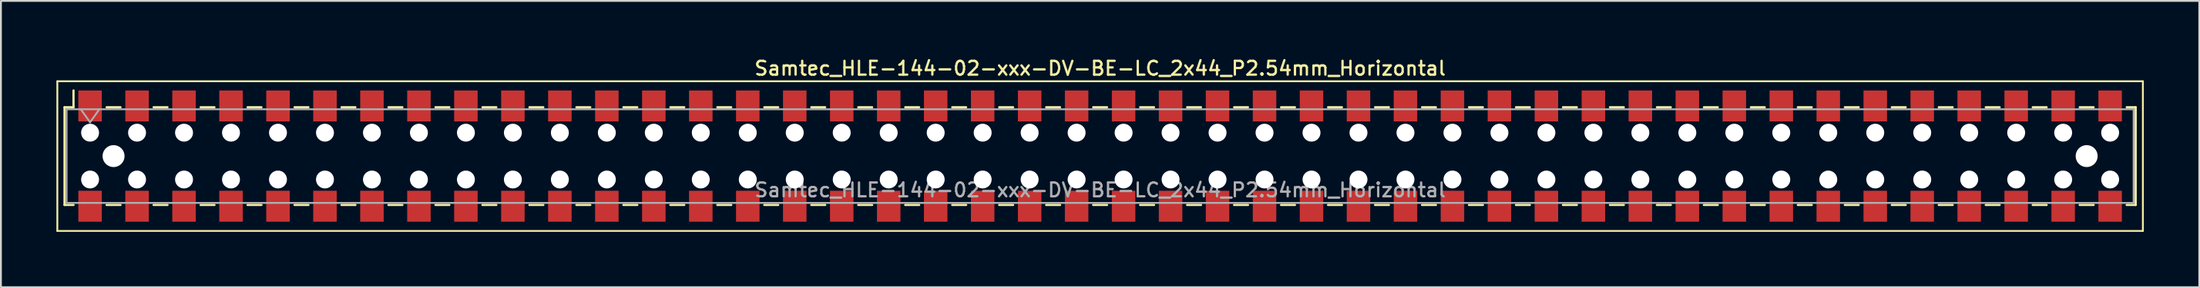
<source format=kicad_pcb>
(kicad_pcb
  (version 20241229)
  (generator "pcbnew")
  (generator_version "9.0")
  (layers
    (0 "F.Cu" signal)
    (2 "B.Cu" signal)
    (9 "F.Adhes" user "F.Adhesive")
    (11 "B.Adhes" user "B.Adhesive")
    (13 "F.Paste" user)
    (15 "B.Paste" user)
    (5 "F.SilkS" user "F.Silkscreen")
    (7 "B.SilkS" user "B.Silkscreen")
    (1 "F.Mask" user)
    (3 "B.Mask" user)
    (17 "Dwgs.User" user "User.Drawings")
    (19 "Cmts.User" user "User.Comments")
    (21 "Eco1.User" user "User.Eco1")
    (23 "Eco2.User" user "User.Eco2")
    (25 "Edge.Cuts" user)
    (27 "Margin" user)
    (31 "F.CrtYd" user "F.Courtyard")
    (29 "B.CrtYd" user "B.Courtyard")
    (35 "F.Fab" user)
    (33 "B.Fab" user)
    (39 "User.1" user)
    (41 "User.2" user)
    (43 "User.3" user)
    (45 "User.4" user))
  (footprint "Samtec_HLE-144-02-xxx-DV-BE-LC_2x44_P2.54mm_Horizontal"
    (layer "F.Cu")
    (at 56.43 5.418)
    (property "Reference" "Samtec_HLE-144-02-xxx-DV-BE-LC_2x44_P2.54mm_Horizontal" (at 0 -4.76 0) (layer "F.SilkS") (effects (font (size 0.75 0.75) (thickness 0.125))))
    (attr smd)
    (fp_line (start -56.38 -4.06) (end 56.38 -4.06) (stroke (width 0.1) (type solid)) (layer "F.SilkS"))
    (fp_line (start -56.38 4.06) (end -56.38 -4.06) (stroke (width 0.1) (type solid)) (layer "F.SilkS"))
    (fp_line (start -55.99 -2.65) (end -55.99 2.65) (stroke (width 0.12) (type solid)) (layer "F.SilkS"))
    (fp_line (start -55.99 2.65) (end -55.505 2.65) (stroke (width 0.12) (type solid)) (layer "F.SilkS"))
    (fp_line (start -55.505 -3.56) (end -55.505 -2.65) (stroke (width 0.12) (type solid)) (layer "F.SilkS"))
    (fp_line (start -55.505 -2.65) (end -55.99 -2.65) (stroke (width 0.12) (type solid)) (layer "F.SilkS"))
    (fp_line (start -53.715 -2.65) (end -52.965 -2.65) (stroke (width 0.12) (type solid)) (layer "F.SilkS"))
    (fp_line (start -53.715 2.65) (end -52.965 2.65) (stroke (width 0.12) (type solid)) (layer "F.SilkS"))
    (fp_line (start -51.175 -2.65) (end -50.425 -2.65) (stroke (width 0.12) (type solid)) (layer "F.SilkS"))
    (fp_line (start -51.175 2.65) (end -50.425 2.65) (stroke (width 0.12) (type solid)) (layer "F.SilkS"))
    (fp_line (start -48.635 -2.65) (end -47.885 -2.65) (stroke (width 0.12) (type solid)) (layer "F.SilkS"))
    (fp_line (start -48.635 2.65) (end -47.885 2.65) (stroke (width 0.12) (type solid)) (layer "F.SilkS"))
    (fp_line (start -46.095 -2.65) (end -45.345 -2.65) (stroke (width 0.12) (type solid)) (layer "F.SilkS"))
    (fp_line (start -46.095 2.65) (end -45.345 2.65) (stroke (width 0.12) (type solid)) (layer "F.SilkS"))
    (fp_line (start -43.555 -2.65) (end -42.805 -2.65) (stroke (width 0.12) (type solid)) (layer "F.SilkS"))
    (fp_line (start -43.555 2.65) (end -42.805 2.65) (stroke (width 0.12) (type solid)) (layer "F.SilkS"))
    (fp_line (start -41.015 -2.65) (end -40.265 -2.65) (stroke (width 0.12) (type solid)) (layer "F.SilkS"))
    (fp_line (start -41.015 2.65) (end -40.265 2.65) (stroke (width 0.12) (type solid)) (layer "F.SilkS"))
    (fp_line (start -38.475 -2.65) (end -37.725 -2.65) (stroke (width 0.12) (type solid)) (layer "F.SilkS"))
    (fp_line (start -38.475 2.65) (end -37.725 2.65) (stroke (width 0.12) (type solid)) (layer "F.SilkS"))
    (fp_line (start -35.935 -2.65) (end -35.185 -2.65) (stroke (width 0.12) (type solid)) (layer "F.SilkS"))
    (fp_line (start -35.935 2.65) (end -35.185 2.65) (stroke (width 0.12) (type solid)) (layer "F.SilkS"))
    (fp_line (start -33.395 -2.65) (end -32.645 -2.65) (stroke (width 0.12) (type solid)) (layer "F.SilkS"))
    (fp_line (start -33.395 2.65) (end -32.645 2.65) (stroke (width 0.12) (type solid)) (layer "F.SilkS"))
    (fp_line (start -30.855 -2.65) (end -30.105 -2.65) (stroke (width 0.12) (type solid)) (layer "F.SilkS"))
    (fp_line (start -30.855 2.65) (end -30.105 2.65) (stroke (width 0.12) (type solid)) (layer "F.SilkS"))
    (fp_line (start -28.315 -2.65) (end -27.565 -2.65) (stroke (width 0.12) (type solid)) (layer "F.SilkS"))
    (fp_line (start -28.315 2.65) (end -27.565 2.65) (stroke (width 0.12) (type solid)) (layer "F.SilkS"))
    (fp_line (start -25.775 -2.65) (end -25.025 -2.65) (stroke (width 0.12) (type solid)) (layer "F.SilkS"))
    (fp_line (start -25.775 2.65) (end -25.025 2.65) (stroke (width 0.12) (type solid)) (layer "F.SilkS"))
    (fp_line (start -23.235 -2.65) (end -22.485 -2.65) (stroke (width 0.12) (type solid)) (layer "F.SilkS"))
    (fp_line (start -23.235 2.65) (end -22.485 2.65) (stroke (width 0.12) (type solid)) (layer "F.SilkS"))
    (fp_line (start -20.695 -2.65) (end -19.945 -2.65) (stroke (width 0.12) (type solid)) (layer "F.SilkS"))
    (fp_line (start -20.695 2.65) (end -19.945 2.65) (stroke (width 0.12) (type solid)) (layer "F.SilkS"))
    (fp_line (start -18.155 -2.65) (end -17.405 -2.65) (stroke (width 0.12) (type solid)) (layer "F.SilkS"))
    (fp_line (start -18.155 2.65) (end -17.405 2.65) (stroke (width 0.12) (type solid)) (layer "F.SilkS"))
    (fp_line (start -15.615 -2.65) (end -14.865 -2.65) (stroke (width 0.12) (type solid)) (layer "F.SilkS"))
    (fp_line (start -15.615 2.65) (end -14.865 2.65) (stroke (width 0.12) (type solid)) (layer "F.SilkS"))
    (fp_line (start -13.075 -2.65) (end -12.325 -2.65) (stroke (width 0.12) (type solid)) (layer "F.SilkS"))
    (fp_line (start -13.075 2.65) (end -12.325 2.65) (stroke (width 0.12) (type solid)) (layer "F.SilkS"))
    (fp_line (start -10.535 -2.65) (end -9.785 -2.65) (stroke (width 0.12) (type solid)) (layer "F.SilkS"))
    (fp_line (start -10.535 2.65) (end -9.785 2.65) (stroke (width 0.12) (type solid)) (layer "F.SilkS"))
    (fp_line (start -7.995 -2.65) (end -7.245 -2.65) (stroke (width 0.12) (type solid)) (layer "F.SilkS"))
    (fp_line (start -7.995 2.65) (end -7.245 2.65) (stroke (width 0.12) (type solid)) (layer "F.SilkS"))
    (fp_line (start -5.455 -2.65) (end -4.705 -2.65) (stroke (width 0.12) (type solid)) (layer "F.SilkS"))
    (fp_line (start -5.455 2.65) (end -4.705 2.65) (stroke (width 0.12) (type solid)) (layer "F.SilkS"))
    (fp_line (start -2.915 -2.65) (end -2.165 -2.65) (stroke (width 0.12) (type solid)) (layer "F.SilkS"))
    (fp_line (start -2.915 2.65) (end -2.165 2.65) (stroke (width 0.12) (type solid)) (layer "F.SilkS"))
    (fp_line (start -0.375 -2.65) (end 0.375 -2.65) (stroke (width 0.12) (type solid)) (layer "F.SilkS"))
    (fp_line (start -0.375 2.65) (end 0.375 2.65) (stroke (width 0.12) (type solid)) (layer "F.SilkS"))
    (fp_line (start 2.165 -2.65) (end 2.915 -2.65) (stroke (width 0.12) (type solid)) (layer "F.SilkS"))
    (fp_line (start 2.165 2.65) (end 2.915 2.65) (stroke (width 0.12) (type solid)) (layer "F.SilkS"))
    (fp_line (start 4.705 -2.65) (end 5.455 -2.65) (stroke (width 0.12) (type solid)) (layer "F.SilkS"))
    (fp_line (start 4.705 2.65) (end 5.455 2.65) (stroke (width 0.12) (type solid)) (layer "F.SilkS"))
    (fp_line (start 7.245 -2.65) (end 7.995 -2.65) (stroke (width 0.12) (type solid)) (layer "F.SilkS"))
    (fp_line (start 7.245 2.65) (end 7.995 2.65) (stroke (width 0.12) (type solid)) (layer "F.SilkS"))
    (fp_line (start 9.785 -2.65) (end 10.535 -2.65) (stroke (width 0.12) (type solid)) (layer "F.SilkS"))
    (fp_line (start 9.785 2.65) (end 10.535 2.65) (stroke (width 0.12) (type solid)) (layer "F.SilkS"))
    (fp_line (start 12.325 -2.65) (end 13.075 -2.65) (stroke (width 0.12) (type solid)) (layer "F.SilkS"))
    (fp_line (start 12.325 2.65) (end 13.075 2.65) (stroke (width 0.12) (type solid)) (layer "F.SilkS"))
    (fp_line (start 14.865 -2.65) (end 15.615 -2.65) (stroke (width 0.12) (type solid)) (layer "F.SilkS"))
    (fp_line (start 14.865 2.65) (end 15.615 2.65) (stroke (width 0.12) (type solid)) (layer "F.SilkS"))
    (fp_line (start 17.405 -2.65) (end 18.155 -2.65) (stroke (width 0.12) (type solid)) (layer "F.SilkS"))
    (fp_line (start 17.405 2.65) (end 18.155 2.65) (stroke (width 0.12) (type solid)) (layer "F.SilkS"))
    (fp_line (start 19.945 -2.65) (end 20.695 -2.65) (stroke (width 0.12) (type solid)) (layer "F.SilkS"))
    (fp_line (start 19.945 2.65) (end 20.695 2.65) (stroke (width 0.12) (type solid)) (layer "F.SilkS"))
    (fp_line (start 22.485 -2.65) (end 23.235 -2.65) (stroke (width 0.12) (type solid)) (layer "F.SilkS"))
    (fp_line (start 22.485 2.65) (end 23.235 2.65) (stroke (width 0.12) (type solid)) (layer "F.SilkS"))
    (fp_line (start 25.025 -2.65) (end 25.775 -2.65) (stroke (width 0.12) (type solid)) (layer "F.SilkS"))
    (fp_line (start 25.025 2.65) (end 25.775 2.65) (stroke (width 0.12) (type solid)) (layer "F.SilkS"))
    (fp_line (start 27.565 -2.65) (end 28.315 -2.65) (stroke (width 0.12) (type solid)) (layer "F.SilkS"))
    (fp_line (start 27.565 2.65) (end 28.315 2.65) (stroke (width 0.12) (type solid)) (layer "F.SilkS"))
    (fp_line (start 30.105 -2.65) (end 30.855 -2.65) (stroke (width 0.12) (type solid)) (layer "F.SilkS"))
    (fp_line (start 30.105 2.65) (end 30.855 2.65) (stroke (width 0.12) (type solid)) (layer "F.SilkS"))
    (fp_line (start 32.645 -2.65) (end 33.395 -2.65) (stroke (width 0.12) (type solid)) (layer "F.SilkS"))
    (fp_line (start 32.645 2.65) (end 33.395 2.65) (stroke (width 0.12) (type solid)) (layer "F.SilkS"))
    (fp_line (start 35.185 -2.65) (end 35.935 -2.65) (stroke (width 0.12) (type solid)) (layer "F.SilkS"))
    (fp_line (start 35.185 2.65) (end 35.935 2.65) (stroke (width 0.12) (type solid)) (layer "F.SilkS"))
    (fp_line (start 37.725 -2.65) (end 38.475 -2.65) (stroke (width 0.12) (type solid)) (layer "F.SilkS"))
    (fp_line (start 37.725 2.65) (end 38.475 2.65) (stroke (width 0.12) (type solid)) (layer "F.SilkS"))
    (fp_line (start 40.265 -2.65) (end 41.015 -2.65) (stroke (width 0.12) (type solid)) (layer "F.SilkS"))
    (fp_line (start 40.265 2.65) (end 41.015 2.65) (stroke (width 0.12) (type solid)) (layer "F.SilkS"))
    (fp_line (start 42.805 -2.65) (end 43.555 -2.65) (stroke (width 0.12) (type solid)) (layer "F.SilkS"))
    (fp_line (start 42.805 2.65) (end 43.555 2.65) (stroke (width 0.12) (type solid)) (layer "F.SilkS"))
    (fp_line (start 45.345 -2.65) (end 46.095 -2.65) (stroke (width 0.12) (type solid)) (layer "F.SilkS"))
    (fp_line (start 45.345 2.65) (end 46.095 2.65) (stroke (width 0.12) (type solid)) (layer "F.SilkS"))
    (fp_line (start 47.885 -2.65) (end 48.635 -2.65) (stroke (width 0.12) (type solid)) (layer "F.SilkS"))
    (fp_line (start 47.885 2.65) (end 48.635 2.65) (stroke (width 0.12) (type solid)) (layer "F.SilkS"))
    (fp_line (start 50.425 -2.65) (end 51.175 -2.65) (stroke (width 0.12) (type solid)) (layer "F.SilkS"))
    (fp_line (start 50.425 2.65) (end 51.175 2.65) (stroke (width 0.12) (type solid)) (layer "F.SilkS"))
    (fp_line (start 52.965 -2.65) (end 53.715 -2.65) (stroke (width 0.12) (type solid)) (layer "F.SilkS"))
    (fp_line (start 52.965 2.65) (end 53.715 2.65) (stroke (width 0.12) (type solid)) (layer "F.SilkS"))
    (fp_line (start 55.505 -2.65) (end 55.99 -2.65) (stroke (width 0.12) (type solid)) (layer "F.SilkS"))
    (fp_line (start 55.99 -2.65) (end 55.99 2.65) (stroke (width 0.12) (type solid)) (layer "F.SilkS"))
    (fp_line (start 55.99 2.65) (end 55.505 2.65) (stroke (width 0.12) (type solid)) (layer "F.SilkS"))
    (fp_line (start 56.38 -4.06) (end 56.38 4.06) (stroke (width 0.1) (type solid)) (layer "F.SilkS"))
    (fp_line (start 56.38 4.06) (end -56.38 4.06) (stroke (width 0.1) (type solid)) (layer "F.SilkS"))
    (fp_line (start -55.88 -2.54) (end 55.88 -2.54) (stroke (width 0.1) (type solid)) (layer "F.Fab"))
    (fp_line (start -55.88 2.54) (end -55.88 -2.54) (stroke (width 0.1) (type solid)) (layer "F.Fab"))
    (fp_line (start -55.11 -2.54) (end -54.61 -1.833) (stroke (width 0.1) (type solid)) (layer "F.Fab"))
    (fp_line (start -54.61 -1.833) (end -54.11 -2.54) (stroke (width 0.1) (type solid)) (layer "F.Fab"))
    (fp_line (start 55.88 -2.54) (end 55.88 2.54) (stroke (width 0.1) (type solid)) (layer "F.Fab"))
    (fp_line (start 55.88 2.54) (end -55.88 2.54) (stroke (width 0.1) (type solid)) (layer "F.Fab"))
    (fp_text user "${REFERENCE}" (at 0 1.84 0) (layer "F.Fab") (effects (font (size 0.75 0.75) (thickness 0.125))))
    (pad "" np_thru_hole circle (at -54.61 -1.27) (size 0.97 0.97) (drill 0.97) (layers "*.Cu" "*.Mask"))
    (pad "" np_thru_hole circle (at -54.61 1.27) (size 0.97 0.97) (drill 0.97) (layers "*.Cu" "*.Mask"))
    (pad "" np_thru_hole circle (at -53.34 0) (size 1.19 1.19) (drill 1.19) (layers "*.Cu" "*.Mask"))
    (pad "" np_thru_hole circle (at -52.07 -1.27) (size 0.97 0.97) (drill 0.97) (layers "*.Cu" "*.Mask"))
    (pad "" np_thru_hole circle (at -52.07 1.27) (size 0.97 0.97) (drill 0.97) (layers "*.Cu" "*.Mask"))
    (pad "" np_thru_hole circle (at -49.53 -1.27) (size 0.97 0.97) (drill 0.97) (layers "*.Cu" "*.Mask"))
    (pad "" np_thru_hole circle (at -49.53 1.27) (size 0.97 0.97) (drill 0.97) (layers "*.Cu" "*.Mask"))
    (pad "" np_thru_hole circle (at -46.99 -1.27) (size 0.97 0.97) (drill 0.97) (layers "*.Cu" "*.Mask"))
    (pad "" np_thru_hole circle (at -46.99 1.27) (size 0.97 0.97) (drill 0.97) (layers "*.Cu" "*.Mask"))
    (pad "" np_thru_hole circle (at -44.45 -1.27) (size 0.97 0.97) (drill 0.97) (layers "*.Cu" "*.Mask"))
    (pad "" np_thru_hole circle (at -44.45 1.27) (size 0.97 0.97) (drill 0.97) (layers "*.Cu" "*.Mask"))
    (pad "" np_thru_hole circle (at -41.91 -1.27) (size 0.97 0.97) (drill 0.97) (layers "*.Cu" "*.Mask"))
    (pad "" np_thru_hole circle (at -41.91 1.27) (size 0.97 0.97) (drill 0.97) (layers "*.Cu" "*.Mask"))
    (pad "" np_thru_hole circle (at -39.37 -1.27) (size 0.97 0.97) (drill 0.97) (layers "*.Cu" "*.Mask"))
    (pad "" np_thru_hole circle (at -39.37 1.27) (size 0.97 0.97) (drill 0.97) (layers "*.Cu" "*.Mask"))
    (pad "" np_thru_hole circle (at -36.83 -1.27) (size 0.97 0.97) (drill 0.97) (layers "*.Cu" "*.Mask"))
    (pad "" np_thru_hole circle (at -36.83 1.27) (size 0.97 0.97) (drill 0.97) (layers "*.Cu" "*.Mask"))
    (pad "" np_thru_hole circle (at -34.29 -1.27) (size 0.97 0.97) (drill 0.97) (layers "*.Cu" "*.Mask"))
    (pad "" np_thru_hole circle (at -34.29 1.27) (size 0.97 0.97) (drill 0.97) (layers "*.Cu" "*.Mask"))
    (pad "" np_thru_hole circle (at -31.75 -1.27) (size 0.97 0.97) (drill 0.97) (layers "*.Cu" "*.Mask"))
    (pad "" np_thru_hole circle (at -31.75 1.27) (size 0.97 0.97) (drill 0.97) (layers "*.Cu" "*.Mask"))
    (pad "" np_thru_hole circle (at -29.21 -1.27) (size 0.97 0.97) (drill 0.97) (layers "*.Cu" "*.Mask"))
    (pad "" np_thru_hole circle (at -29.21 1.27) (size 0.97 0.97) (drill 0.97) (layers "*.Cu" "*.Mask"))
    (pad "" np_thru_hole circle (at -26.67 -1.27) (size 0.97 0.97) (drill 0.97) (layers "*.Cu" "*.Mask"))
    (pad "" np_thru_hole circle (at -26.67 1.27) (size 0.97 0.97) (drill 0.97) (layers "*.Cu" "*.Mask"))
    (pad "" np_thru_hole circle (at -24.13 -1.27) (size 0.97 0.97) (drill 0.97) (layers "*.Cu" "*.Mask"))
    (pad "" np_thru_hole circle (at -24.13 1.27) (size 0.97 0.97) (drill 0.97) (layers "*.Cu" "*.Mask"))
    (pad "" np_thru_hole circle (at -21.59 -1.27) (size 0.97 0.97) (drill 0.97) (layers "*.Cu" "*.Mask"))
    (pad "" np_thru_hole circle (at -21.59 1.27) (size 0.97 0.97) (drill 0.97) (layers "*.Cu" "*.Mask"))
    (pad "" np_thru_hole circle (at -19.05 -1.27) (size 0.97 0.97) (drill 0.97) (layers "*.Cu" "*.Mask"))
    (pad "" np_thru_hole circle (at -19.05 1.27) (size 0.97 0.97) (drill 0.97) (layers "*.Cu" "*.Mask"))
    (pad "" np_thru_hole circle (at -16.51 -1.27) (size 0.97 0.97) (drill 0.97) (layers "*.Cu" "*.Mask"))
    (pad "" np_thru_hole circle (at -16.51 1.27) (size 0.97 0.97) (drill 0.97) (layers "*.Cu" "*.Mask"))
    (pad "" np_thru_hole circle (at -13.97 -1.27) (size 0.97 0.97) (drill 0.97) (layers "*.Cu" "*.Mask"))
    (pad "" np_thru_hole circle (at -13.97 1.27) (size 0.97 0.97) (drill 0.97) (layers "*.Cu" "*.Mask"))
    (pad "" np_thru_hole circle (at -11.43 -1.27) (size 0.97 0.97) (drill 0.97) (layers "*.Cu" "*.Mask"))
    (pad "" np_thru_hole circle (at -11.43 1.27) (size 0.97 0.97) (drill 0.97) (layers "*.Cu" "*.Mask"))
    (pad "" np_thru_hole circle (at -8.89 -1.27) (size 0.97 0.97) (drill 0.97) (layers "*.Cu" "*.Mask"))
    (pad "" np_thru_hole circle (at -8.89 1.27) (size 0.97 0.97) (drill 0.97) (layers "*.Cu" "*.Mask"))
    (pad "" np_thru_hole circle (at -6.35 -1.27) (size 0.97 0.97) (drill 0.97) (layers "*.Cu" "*.Mask"))
    (pad "" np_thru_hole circle (at -6.35 1.27) (size 0.97 0.97) (drill 0.97) (layers "*.Cu" "*.Mask"))
    (pad "" np_thru_hole circle (at -3.81 -1.27) (size 0.97 0.97) (drill 0.97) (layers "*.Cu" "*.Mask"))
    (pad "" np_thru_hole circle (at -3.81 1.27) (size 0.97 0.97) (drill 0.97) (layers "*.Cu" "*.Mask"))
    (pad "" np_thru_hole circle (at -1.27 -1.27) (size 0.97 0.97) (drill 0.97) (layers "*.Cu" "*.Mask"))
    (pad "" np_thru_hole circle (at -1.27 1.27) (size 0.97 0.97) (drill 0.97) (layers "*.Cu" "*.Mask"))
    (pad "" np_thru_hole circle (at 1.27 -1.27) (size 0.97 0.97) (drill 0.97) (layers "*.Cu" "*.Mask"))
    (pad "" np_thru_hole circle (at 1.27 1.27) (size 0.97 0.97) (drill 0.97) (layers "*.Cu" "*.Mask"))
    (pad "" np_thru_hole circle (at 3.81 -1.27) (size 0.97 0.97) (drill 0.97) (layers "*.Cu" "*.Mask"))
    (pad "" np_thru_hole circle (at 3.81 1.27) (size 0.97 0.97) (drill 0.97) (layers "*.Cu" "*.Mask"))
    (pad "" np_thru_hole circle (at 6.35 -1.27) (size 0.97 0.97) (drill 0.97) (layers "*.Cu" "*.Mask"))
    (pad "" np_thru_hole circle (at 6.35 1.27) (size 0.97 0.97) (drill 0.97) (layers "*.Cu" "*.Mask"))
    (pad "" np_thru_hole circle (at 8.89 -1.27) (size 0.97 0.97) (drill 0.97) (layers "*.Cu" "*.Mask"))
    (pad "" np_thru_hole circle (at 8.89 1.27) (size 0.97 0.97) (drill 0.97) (layers "*.Cu" "*.Mask"))
    (pad "" np_thru_hole circle (at 11.43 -1.27) (size 0.97 0.97) (drill 0.97) (layers "*.Cu" "*.Mask"))
    (pad "" np_thru_hole circle (at 11.43 1.27) (size 0.97 0.97) (drill 0.97) (layers "*.Cu" "*.Mask"))
    (pad "" np_thru_hole circle (at 13.97 -1.27) (size 0.97 0.97) (drill 0.97) (layers "*.Cu" "*.Mask"))
    (pad "" np_thru_hole circle (at 13.97 1.27) (size 0.97 0.97) (drill 0.97) (layers "*.Cu" "*.Mask"))
    (pad "" np_thru_hole circle (at 16.51 -1.27) (size 0.97 0.97) (drill 0.97) (layers "*.Cu" "*.Mask"))
    (pad "" np_thru_hole circle (at 16.51 1.27) (size 0.97 0.97) (drill 0.97) (layers "*.Cu" "*.Mask"))
    (pad "" np_thru_hole circle (at 19.05 -1.27) (size 0.97 0.97) (drill 0.97) (layers "*.Cu" "*.Mask"))
    (pad "" np_thru_hole circle (at 19.05 1.27) (size 0.97 0.97) (drill 0.97) (layers "*.Cu" "*.Mask"))
    (pad "" np_thru_hole circle (at 21.59 -1.27) (size 0.97 0.97) (drill 0.97) (layers "*.Cu" "*.Mask"))
    (pad "" np_thru_hole circle (at 21.59 1.27) (size 0.97 0.97) (drill 0.97) (layers "*.Cu" "*.Mask"))
    (pad "" np_thru_hole circle (at 24.13 -1.27) (size 0.97 0.97) (drill 0.97) (layers "*.Cu" "*.Mask"))
    (pad "" np_thru_hole circle (at 24.13 1.27) (size 0.97 0.97) (drill 0.97) (layers "*.Cu" "*.Mask"))
    (pad "" np_thru_hole circle (at 26.67 -1.27) (size 0.97 0.97) (drill 0.97) (layers "*.Cu" "*.Mask"))
    (pad "" np_thru_hole circle (at 26.67 1.27) (size 0.97 0.97) (drill 0.97) (layers "*.Cu" "*.Mask"))
    (pad "" np_thru_hole circle (at 29.21 -1.27) (size 0.97 0.97) (drill 0.97) (layers "*.Cu" "*.Mask"))
    (pad "" np_thru_hole circle (at 29.21 1.27) (size 0.97 0.97) (drill 0.97) (layers "*.Cu" "*.Mask"))
    (pad "" np_thru_hole circle (at 31.75 -1.27) (size 0.97 0.97) (drill 0.97) (layers "*.Cu" "*.Mask"))
    (pad "" np_thru_hole circle (at 31.75 1.27) (size 0.97 0.97) (drill 0.97) (layers "*.Cu" "*.Mask"))
    (pad "" np_thru_hole circle (at 34.29 -1.27) (size 0.97 0.97) (drill 0.97) (layers "*.Cu" "*.Mask"))
    (pad "" np_thru_hole circle (at 34.29 1.27) (size 0.97 0.97) (drill 0.97) (layers "*.Cu" "*.Mask"))
    (pad "" np_thru_hole circle (at 36.83 -1.27) (size 0.97 0.97) (drill 0.97) (layers "*.Cu" "*.Mask"))
    (pad "" np_thru_hole circle (at 36.83 1.27) (size 0.97 0.97) (drill 0.97) (layers "*.Cu" "*.Mask"))
    (pad "" np_thru_hole circle (at 39.37 -1.27) (size 0.97 0.97) (drill 0.97) (layers "*.Cu" "*.Mask"))
    (pad "" np_thru_hole circle (at 39.37 1.27) (size 0.97 0.97) (drill 0.97) (layers "*.Cu" "*.Mask"))
    (pad "" np_thru_hole circle (at 41.91 -1.27) (size 0.97 0.97) (drill 0.97) (layers "*.Cu" "*.Mask"))
    (pad "" np_thru_hole circle (at 41.91 1.27) (size 0.97 0.97) (drill 0.97) (layers "*.Cu" "*.Mask"))
    (pad "" np_thru_hole circle (at 44.45 -1.27) (size 0.97 0.97) (drill 0.97) (layers "*.Cu" "*.Mask"))
    (pad "" np_thru_hole circle (at 44.45 1.27) (size 0.97 0.97) (drill 0.97) (layers "*.Cu" "*.Mask"))
    (pad "" np_thru_hole circle (at 46.99 -1.27) (size 0.97 0.97) (drill 0.97) (layers "*.Cu" "*.Mask"))
    (pad "" np_thru_hole circle (at 46.99 1.27) (size 0.97 0.97) (drill 0.97) (layers "*.Cu" "*.Mask"))
    (pad "" np_thru_hole circle (at 49.53 -1.27) (size 0.97 0.97) (drill 0.97) (layers "*.Cu" "*.Mask"))
    (pad "" np_thru_hole circle (at 49.53 1.27) (size 0.97 0.97) (drill 0.97) (layers "*.Cu" "*.Mask"))
    (pad "" np_thru_hole circle (at 52.07 -1.27) (size 0.97 0.97) (drill 0.97) (layers "*.Cu" "*.Mask"))
    (pad "" np_thru_hole circle (at 52.07 1.27) (size 0.97 0.97) (drill 0.97) (layers "*.Cu" "*.Mask"))
    (pad "" np_thru_hole circle (at 53.34 0) (size 1.19 1.19) (drill 1.19) (layers "*.Cu" "*.Mask"))
    (pad "" np_thru_hole circle (at 54.61 -1.27) (size 0.97 0.97) (drill 0.97) (layers "*.Cu" "*.Mask"))
    (pad "" np_thru_hole circle (at 54.61 1.27) (size 0.97 0.97) (drill 0.97) (layers "*.Cu" "*.Mask"))
    (pad "1" smd rect (at -54.61 -2.72) (size 1.27 1.68) (layers "F.Cu" "F.Mask" "F.Paste"))
    (pad "2" smd rect (at -54.61 2.72) (size 1.27 1.68) (layers "F.Cu" "F.Mask" "F.Paste"))
    (pad "3" smd rect (at -52.07 -2.72) (size 1.27 1.68) (layers "F.Cu" "F.Mask" "F.Paste"))
    (pad "4" smd rect (at -52.07 2.72) (size 1.27 1.68) (layers "F.Cu" "F.Mask" "F.Paste"))
    (pad "5" smd rect (at -49.53 -2.72) (size 1.27 1.68) (layers "F.Cu" "F.Mask" "F.Paste"))
    (pad "6" smd rect (at -49.53 2.72) (size 1.27 1.68) (layers "F.Cu" "F.Mask" "F.Paste"))
    (pad "7" smd rect (at -46.99 -2.72) (size 1.27 1.68) (layers "F.Cu" "F.Mask" "F.Paste"))
    (pad "8" smd rect (at -46.99 2.72) (size 1.27 1.68) (layers "F.Cu" "F.Mask" "F.Paste"))
    (pad "9" smd rect (at -44.45 -2.72) (size 1.27 1.68) (layers "F.Cu" "F.Mask" "F.Paste"))
    (pad "10" smd rect (at -44.45 2.72) (size 1.27 1.68) (layers "F.Cu" "F.Mask" "F.Paste"))
    (pad "11" smd rect (at -41.91 -2.72) (size 1.27 1.68) (layers "F.Cu" "F.Mask" "F.Paste"))
    (pad "12" smd rect (at -41.91 2.72) (size 1.27 1.68) (layers "F.Cu" "F.Mask" "F.Paste"))
    (pad "13" smd rect (at -39.37 -2.72) (size 1.27 1.68) (layers "F.Cu" "F.Mask" "F.Paste"))
    (pad "14" smd rect (at -39.37 2.72) (size 1.27 1.68) (layers "F.Cu" "F.Mask" "F.Paste"))
    (pad "15" smd rect (at -36.83 -2.72) (size 1.27 1.68) (layers "F.Cu" "F.Mask" "F.Paste"))
    (pad "16" smd rect (at -36.83 2.72) (size 1.27 1.68) (layers "F.Cu" "F.Mask" "F.Paste"))
    (pad "17" smd rect (at -34.29 -2.72) (size 1.27 1.68) (layers "F.Cu" "F.Mask" "F.Paste"))
    (pad "18" smd rect (at -34.29 2.72) (size 1.27 1.68) (layers "F.Cu" "F.Mask" "F.Paste"))
    (pad "19" smd rect (at -31.75 -2.72) (size 1.27 1.68) (layers "F.Cu" "F.Mask" "F.Paste"))
    (pad "20" smd rect (at -31.75 2.72) (size 1.27 1.68) (layers "F.Cu" "F.Mask" "F.Paste"))
    (pad "21" smd rect (at -29.21 -2.72) (size 1.27 1.68) (layers "F.Cu" "F.Mask" "F.Paste"))
    (pad "22" smd rect (at -29.21 2.72) (size 1.27 1.68) (layers "F.Cu" "F.Mask" "F.Paste"))
    (pad "23" smd rect (at -26.67 -2.72) (size 1.27 1.68) (layers "F.Cu" "F.Mask" "F.Paste"))
    (pad "24" smd rect (at -26.67 2.72) (size 1.27 1.68) (layers "F.Cu" "F.Mask" "F.Paste"))
    (pad "25" smd rect (at -24.13 -2.72) (size 1.27 1.68) (layers "F.Cu" "F.Mask" "F.Paste"))
    (pad "26" smd rect (at -24.13 2.72) (size 1.27 1.68) (layers "F.Cu" "F.Mask" "F.Paste"))
    (pad "27" smd rect (at -21.59 -2.72) (size 1.27 1.68) (layers "F.Cu" "F.Mask" "F.Paste"))
    (pad "28" smd rect (at -21.59 2.72) (size 1.27 1.68) (layers "F.Cu" "F.Mask" "F.Paste"))
    (pad "29" smd rect (at -19.05 -2.72) (size 1.27 1.68) (layers "F.Cu" "F.Mask" "F.Paste"))
    (pad "30" smd rect (at -19.05 2.72) (size 1.27 1.68) (layers "F.Cu" "F.Mask" "F.Paste"))
    (pad "31" smd rect (at -16.51 -2.72) (size 1.27 1.68) (layers "F.Cu" "F.Mask" "F.Paste"))
    (pad "32" smd rect (at -16.51 2.72) (size 1.27 1.68) (layers "F.Cu" "F.Mask" "F.Paste"))
    (pad "33" smd rect (at -13.97 -2.72) (size 1.27 1.68) (layers "F.Cu" "F.Mask" "F.Paste"))
    (pad "34" smd rect (at -13.97 2.72) (size 1.27 1.68) (layers "F.Cu" "F.Mask" "F.Paste"))
    (pad "35" smd rect (at -11.43 -2.72) (size 1.27 1.68) (layers "F.Cu" "F.Mask" "F.Paste"))
    (pad "36" smd rect (at -11.43 2.72) (size 1.27 1.68) (layers "F.Cu" "F.Mask" "F.Paste"))
    (pad "37" smd rect (at -8.89 -2.72) (size 1.27 1.68) (layers "F.Cu" "F.Mask" "F.Paste"))
    (pad "38" smd rect (at -8.89 2.72) (size 1.27 1.68) (layers "F.Cu" "F.Mask" "F.Paste"))
    (pad "39" smd rect (at -6.35 -2.72) (size 1.27 1.68) (layers "F.Cu" "F.Mask" "F.Paste"))
    (pad "40" smd rect (at -6.35 2.72) (size 1.27 1.68) (layers "F.Cu" "F.Mask" "F.Paste"))
    (pad "41" smd rect (at -3.81 -2.72) (size 1.27 1.68) (layers "F.Cu" "F.Mask" "F.Paste"))
    (pad "42" smd rect (at -3.81 2.72) (size 1.27 1.68) (layers "F.Cu" "F.Mask" "F.Paste"))
    (pad "43" smd rect (at -1.27 -2.72) (size 1.27 1.68) (layers "F.Cu" "F.Mask" "F.Paste"))
    (pad "44" smd rect (at -1.27 2.72) (size 1.27 1.68) (layers "F.Cu" "F.Mask" "F.Paste"))
    (pad "45" smd rect (at 1.27 -2.72) (size 1.27 1.68) (layers "F.Cu" "F.Mask" "F.Paste"))
    (pad "46" smd rect (at 1.27 2.72) (size 1.27 1.68) (layers "F.Cu" "F.Mask" "F.Paste"))
    (pad "47" smd rect (at 3.81 -2.72) (size 1.27 1.68) (layers "F.Cu" "F.Mask" "F.Paste"))
    (pad "48" smd rect (at 3.81 2.72) (size 1.27 1.68) (layers "F.Cu" "F.Mask" "F.Paste"))
    (pad "49" smd rect (at 6.35 -2.72) (size 1.27 1.68) (layers "F.Cu" "F.Mask" "F.Paste"))
    (pad "50" smd rect (at 6.35 2.72) (size 1.27 1.68) (layers "F.Cu" "F.Mask" "F.Paste"))
    (pad "51" smd rect (at 8.89 -2.72) (size 1.27 1.68) (layers "F.Cu" "F.Mask" "F.Paste"))
    (pad "52" smd rect (at 8.89 2.72) (size 1.27 1.68) (layers "F.Cu" "F.Mask" "F.Paste"))
    (pad "53" smd rect (at 11.43 -2.72) (size 1.27 1.68) (layers "F.Cu" "F.Mask" "F.Paste"))
    (pad "54" smd rect (at 11.43 2.72) (size 1.27 1.68) (layers "F.Cu" "F.Mask" "F.Paste"))
    (pad "55" smd rect (at 13.97 -2.72) (size 1.27 1.68) (layers "F.Cu" "F.Mask" "F.Paste"))
    (pad "56" smd rect (at 13.97 2.72) (size 1.27 1.68) (layers "F.Cu" "F.Mask" "F.Paste"))
    (pad "57" smd rect (at 16.51 -2.72) (size 1.27 1.68) (layers "F.Cu" "F.Mask" "F.Paste"))
    (pad "58" smd rect (at 16.51 2.72) (size 1.27 1.68) (layers "F.Cu" "F.Mask" "F.Paste"))
    (pad "59" smd rect (at 19.05 -2.72) (size 1.27 1.68) (layers "F.Cu" "F.Mask" "F.Paste"))
    (pad "60" smd rect (at 19.05 2.72) (size 1.27 1.68) (layers "F.Cu" "F.Mask" "F.Paste"))
    (pad "61" smd rect (at 21.59 -2.72) (size 1.27 1.68) (layers "F.Cu" "F.Mask" "F.Paste"))
    (pad "62" smd rect (at 21.59 2.72) (size 1.27 1.68) (layers "F.Cu" "F.Mask" "F.Paste"))
    (pad "63" smd rect (at 24.13 -2.72) (size 1.27 1.68) (layers "F.Cu" "F.Mask" "F.Paste"))
    (pad "64" smd rect (at 24.13 2.72) (size 1.27 1.68) (layers "F.Cu" "F.Mask" "F.Paste"))
    (pad "65" smd rect (at 26.67 -2.72) (size 1.27 1.68) (layers "F.Cu" "F.Mask" "F.Paste"))
    (pad "66" smd rect (at 26.67 2.72) (size 1.27 1.68) (layers "F.Cu" "F.Mask" "F.Paste"))
    (pad "67" smd rect (at 29.21 -2.72) (size 1.27 1.68) (layers "F.Cu" "F.Mask" "F.Paste"))
    (pad "68" smd rect (at 29.21 2.72) (size 1.27 1.68) (layers "F.Cu" "F.Mask" "F.Paste"))
    (pad "69" smd rect (at 31.75 -2.72) (size 1.27 1.68) (layers "F.Cu" "F.Mask" "F.Paste"))
    (pad "70" smd rect (at 31.75 2.72) (size 1.27 1.68) (layers "F.Cu" "F.Mask" "F.Paste"))
    (pad "71" smd rect (at 34.29 -2.72) (size 1.27 1.68) (layers "F.Cu" "F.Mask" "F.Paste"))
    (pad "72" smd rect (at 34.29 2.72) (size 1.27 1.68) (layers "F.Cu" "F.Mask" "F.Paste"))
    (pad "73" smd rect (at 36.83 -2.72) (size 1.27 1.68) (layers "F.Cu" "F.Mask" "F.Paste"))
    (pad "74" smd rect (at 36.83 2.72) (size 1.27 1.68) (layers "F.Cu" "F.Mask" "F.Paste"))
    (pad "75" smd rect (at 39.37 -2.72) (size 1.27 1.68) (layers "F.Cu" "F.Mask" "F.Paste"))
    (pad "76" smd rect (at 39.37 2.72) (size 1.27 1.68) (layers "F.Cu" "F.Mask" "F.Paste"))
    (pad "77" smd rect (at 41.91 -2.72) (size 1.27 1.68) (layers "F.Cu" "F.Mask" "F.Paste"))
    (pad "78" smd rect (at 41.91 2.72) (size 1.27 1.68) (layers "F.Cu" "F.Mask" "F.Paste"))
    (pad "79" smd rect (at 44.45 -2.72) (size 1.27 1.68) (layers "F.Cu" "F.Mask" "F.Paste"))
    (pad "80" smd rect (at 44.45 2.72) (size 1.27 1.68) (layers "F.Cu" "F.Mask" "F.Paste"))
    (pad "81" smd rect (at 46.99 -2.72) (size 1.27 1.68) (layers "F.Cu" "F.Mask" "F.Paste"))
    (pad "82" smd rect (at 46.99 2.72) (size 1.27 1.68) (layers "F.Cu" "F.Mask" "F.Paste"))
    (pad "83" smd rect (at 49.53 -2.72) (size 1.27 1.68) (layers "F.Cu" "F.Mask" "F.Paste"))
    (pad "84" smd rect (at 49.53 2.72) (size 1.27 1.68) (layers "F.Cu" "F.Mask" "F.Paste"))
    (pad "85" smd rect (at 52.07 -2.72) (size 1.27 1.68) (layers "F.Cu" "F.Mask" "F.Paste"))
    (pad "86" smd rect (at 52.07 2.72) (size 1.27 1.68) (layers "F.Cu" "F.Mask" "F.Paste"))
    (pad "87" smd rect (at 54.61 -2.72) (size 1.27 1.68) (layers "F.Cu" "F.Mask" "F.Paste"))
    (pad "88" smd rect (at 54.61 2.72) (size 1.27 1.68) (layers "F.Cu" "F.Mask" "F.Paste")))
  (gr_rect
    (start -3 -3)
    (end 115.86 12.528)
    (stroke (width 0.1) (type default))
    (fill no)
    (layer "Edge.Cuts")))
</source>
